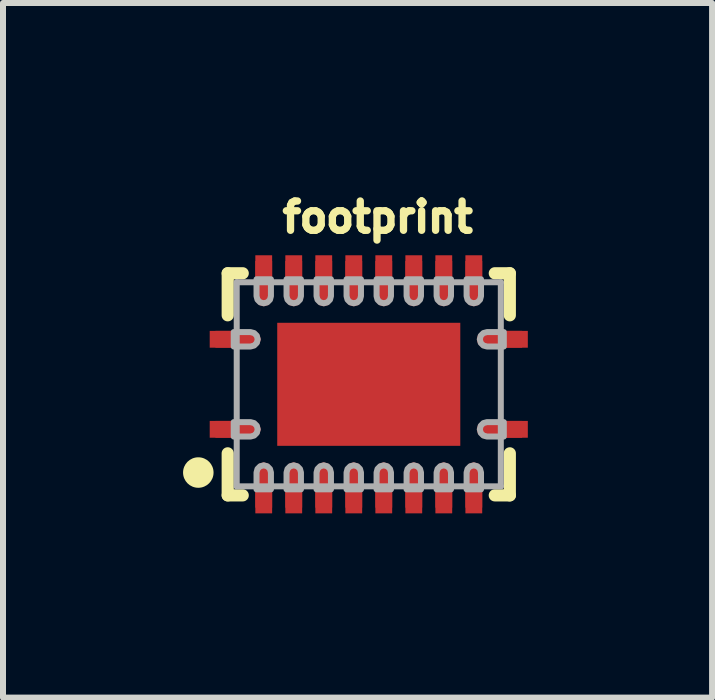
<source format=kicad_pcb>
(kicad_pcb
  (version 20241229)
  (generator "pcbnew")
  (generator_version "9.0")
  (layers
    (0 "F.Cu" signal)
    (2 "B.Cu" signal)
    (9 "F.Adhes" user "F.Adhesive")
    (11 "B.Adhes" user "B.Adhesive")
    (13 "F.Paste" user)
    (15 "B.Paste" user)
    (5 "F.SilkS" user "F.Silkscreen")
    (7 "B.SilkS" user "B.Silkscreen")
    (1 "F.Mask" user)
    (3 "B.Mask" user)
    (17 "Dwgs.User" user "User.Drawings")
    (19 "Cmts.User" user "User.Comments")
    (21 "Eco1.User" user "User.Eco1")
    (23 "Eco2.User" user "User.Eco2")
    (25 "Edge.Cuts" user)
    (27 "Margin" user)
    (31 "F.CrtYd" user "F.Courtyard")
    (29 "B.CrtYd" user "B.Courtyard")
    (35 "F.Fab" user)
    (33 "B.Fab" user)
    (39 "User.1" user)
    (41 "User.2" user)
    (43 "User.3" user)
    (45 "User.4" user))
  (footprint "footprint"
    (layer "F.Cu")
    (at 3.094 3.353)
    (property "Reference" "footprint" (at -1.5 -2.5 0) (layer "F.SilkS") (effects (font (size 0.488 0.488) (thickness 0.122)) (justify left bottom)))
    (fp_poly (pts (xy -1.87 -0.871) (xy -1.819 -0.82) (xy -1.8 -0.75) (xy -1.819 -0.68) (xy -1.87 -0.629) (xy -1.939 -0.61) (xy -2.555 -0.61) (xy -2.555 -0.89) (xy -1.939 -0.89)) (stroke (width 0) (type solid)) (fill yes) (layer "F.Cu"))
    (fp_poly (pts (xy -1.87 0.629) (xy -1.819 0.68) (xy -1.8 0.75) (xy -1.819 0.82) (xy -1.87 0.871) (xy -1.939 0.89) (xy -2.555 0.89) (xy -2.555 0.61) (xy -1.939 0.61)) (stroke (width 0) (type solid)) (fill yes) (layer "F.Cu"))
    (fp_poly (pts (xy -1.68 1.319) (xy -1.629 1.37) (xy -1.61 1.439) (xy -1.61 2.055) (xy -1.89 2.055) (xy -1.89 1.439) (xy -1.871 1.37) (xy -1.82 1.319) (xy -1.75 1.3)) (stroke (width 0) (type solid)) (fill yes) (layer "F.Cu"))
    (fp_poly (pts (xy -1.61 -1.439) (xy -1.629 -1.37) (xy -1.68 -1.319) (xy -1.75 -1.3) (xy -1.82 -1.319) (xy -1.871 -1.37) (xy -1.89 -1.439) (xy -1.89 -2.055) (xy -1.61 -2.055)) (stroke (width 0) (type solid)) (fill yes) (layer "F.Cu"))
    (fp_poly (pts (xy -1.18 1.319) (xy -1.129 1.37) (xy -1.11 1.439) (xy -1.11 2.055) (xy -1.39 2.055) (xy -1.39 1.439) (xy -1.371 1.37) (xy -1.32 1.319) (xy -1.25 1.3)) (stroke (width 0) (type solid)) (fill yes) (layer "F.Cu"))
    (fp_poly (pts (xy -1.11 -1.439) (xy -1.129 -1.37) (xy -1.18 -1.319) (xy -1.25 -1.3) (xy -1.32 -1.319) (xy -1.371 -1.37) (xy -1.39 -1.439) (xy -1.39 -2.055) (xy -1.11 -2.055)) (stroke (width 0) (type solid)) (fill yes) (layer "F.Cu"))
    (fp_poly (pts (xy -0.68 1.319) (xy -0.629 1.37) (xy -0.61 1.439) (xy -0.61 2.055) (xy -0.89 2.055) (xy -0.89 1.439) (xy -0.871 1.37) (xy -0.82 1.319) (xy -0.75 1.3)) (stroke (width 0) (type solid)) (fill yes) (layer "F.Cu"))
    (fp_poly (pts (xy -0.61 -1.439) (xy -0.629 -1.37) (xy -0.68 -1.319) (xy -0.75 -1.3) (xy -0.82 -1.319) (xy -0.871 -1.37) (xy -0.89 -1.439) (xy -0.89 -2.055) (xy -0.61 -2.055)) (stroke (width 0) (type solid)) (fill yes) (layer "F.Cu"))
    (fp_poly (pts (xy -0.18 1.319) (xy -0.129 1.37) (xy -0.11 1.439) (xy -0.11 2.055) (xy -0.39 2.055) (xy -0.39 1.439) (xy -0.371 1.37) (xy -0.32 1.319) (xy -0.25 1.3)) (stroke (width 0) (type solid)) (fill yes) (layer "F.Cu"))
    (fp_poly (pts (xy -0.11 -1.439) (xy -0.129 -1.37) (xy -0.18 -1.319) (xy -0.25 -1.3) (xy -0.32 -1.319) (xy -0.371 -1.37) (xy -0.39 -1.439) (xy -0.39 -2.055) (xy -0.11 -2.055)) (stroke (width 0) (type solid)) (fill yes) (layer "F.Cu"))
    (fp_poly (pts (xy 0.32 1.319) (xy 0.371 1.37) (xy 0.39 1.439) (xy 0.39 2.055) (xy 0.11 2.055) (xy 0.11 1.439) (xy 0.129 1.37) (xy 0.18 1.319) (xy 0.25 1.3)) (stroke (width 0) (type solid)) (fill yes) (layer "F.Cu"))
    (fp_poly (pts (xy 0.39 -1.439) (xy 0.371 -1.37) (xy 0.32 -1.319) (xy 0.25 -1.3) (xy 0.18 -1.319) (xy 0.129 -1.37) (xy 0.11 -1.439) (xy 0.11 -2.055) (xy 0.39 -2.055)) (stroke (width 0) (type solid)) (fill yes) (layer "F.Cu"))
    (fp_poly (pts (xy 0.82 1.319) (xy 0.871 1.37) (xy 0.89 1.439) (xy 0.89 2.055) (xy 0.61 2.055) (xy 0.61 1.439) (xy 0.629 1.37) (xy 0.68 1.319) (xy 0.75 1.3)) (stroke (width 0) (type solid)) (fill yes) (layer "F.Cu"))
    (fp_poly (pts (xy 0.89 -1.439) (xy 0.871 -1.37) (xy 0.82 -1.319) (xy 0.75 -1.3) (xy 0.68 -1.319) (xy 0.629 -1.37) (xy 0.61 -1.439) (xy 0.61 -2.055) (xy 0.89 -2.055)) (stroke (width 0) (type solid)) (fill yes) (layer "F.Cu"))
    (fp_poly (pts (xy 1.32 1.319) (xy 1.371 1.37) (xy 1.39 1.439) (xy 1.39 2.055) (xy 1.11 2.055) (xy 1.11 1.439) (xy 1.129 1.37) (xy 1.18 1.319) (xy 1.25 1.3)) (stroke (width 0) (type solid)) (fill yes) (layer "F.Cu"))
    (fp_poly (pts (xy 1.39 -1.439) (xy 1.371 -1.37) (xy 1.32 -1.319) (xy 1.25 -1.3) (xy 1.18 -1.319) (xy 1.129 -1.37) (xy 1.11 -1.439) (xy 1.11 -2.055) (xy 1.39 -2.055)) (stroke (width 0) (type solid)) (fill yes) (layer "F.Cu"))
    (fp_poly (pts (xy 1.82 1.319) (xy 1.871 1.37) (xy 1.89 1.439) (xy 1.89 2.055) (xy 1.61 2.055) (xy 1.61 1.439) (xy 1.629 1.37) (xy 1.68 1.319) (xy 1.75 1.3)) (stroke (width 0) (type solid)) (fill yes) (layer "F.Cu"))
    (fp_poly (pts (xy 1.89 -1.439) (xy 1.871 -1.37) (xy 1.82 -1.319) (xy 1.75 -1.3) (xy 1.68 -1.319) (xy 1.629 -1.37) (xy 1.61 -1.439) (xy 1.61 -2.055) (xy 1.89 -2.055)) (stroke (width 0) (type solid)) (fill yes) (layer "F.Cu"))
    (fp_poly (pts (xy 2.555 -0.61) (xy 1.939 -0.61) (xy 1.87 -0.629) (xy 1.819 -0.68) (xy 1.8 -0.75) (xy 1.819 -0.82) (xy 1.87 -0.871) (xy 1.939 -0.89) (xy 2.555 -0.89)) (stroke (width 0) (type solid)) (fill yes) (layer "F.Cu"))
    (fp_poly (pts (xy 2.555 0.89) (xy 1.939 0.89) (xy 1.87 0.871) (xy 1.819 0.82) (xy 1.8 0.75) (xy 1.819 0.68) (xy 1.87 0.629) (xy 1.939 0.61) (xy 2.555 0.61)) (stroke (width 0) (type solid)) (fill yes) (layer "F.Cu"))
    (fp_poly (pts (xy -1.86 -0.944) (xy -1.791 -0.898) (xy -1.73 -0.751) (xy -1.746 -0.67) (xy -1.792 -0.601) (xy -1.939 -0.54) (xy -2.72 -0.54) (xy -2.72 -0.96) (xy -1.94 -0.96)) (stroke (width 0) (type solid)) (fill yes) (layer "F.Mask"))
    (fp_poly (pts (xy -1.86 0.556) (xy -1.791 0.602) (xy -1.73 0.749) (xy -1.746 0.83) (xy -1.792 0.899) (xy -1.939 0.96) (xy -2.72 0.96) (xy -2.72 0.54) (xy -1.94 0.54)) (stroke (width 0) (type solid)) (fill yes) (layer "F.Mask"))
    (fp_poly (pts (xy -1.67 1.246) (xy -1.601 1.292) (xy -1.54 1.439) (xy -1.54 2.215) (xy -1.96 2.215) (xy -1.96 1.44) (xy -1.944 1.36) (xy -1.898 1.291) (xy -1.751 1.23)) (stroke (width 0) (type solid)) (fill yes) (layer "F.Mask"))
    (fp_poly (pts (xy -1.535 -1.439) (xy -1.552 -1.359) (xy -1.599 -1.29) (xy -1.749 -1.23) (xy -1.831 -1.245) (xy -1.901 -1.291) (xy -1.965 -1.439) (xy -1.965 -2.22) (xy -1.54 -2.22)) (stroke (width 0) (type solid)) (fill yes) (layer "F.Mask"))
    (fp_poly (pts (xy -1.17 1.246) (xy -1.101 1.292) (xy -1.04 1.439) (xy -1.04 2.22) (xy -1.46 2.22) (xy -1.46 1.44) (xy -1.444 1.36) (xy -1.398 1.291) (xy -1.251 1.23)) (stroke (width 0) (type solid)) (fill yes) (layer "F.Mask"))
    (fp_poly (pts (xy -1.04 -1.44) (xy -1.056 -1.36) (xy -1.102 -1.291) (xy -1.249 -1.23) (xy -1.331 -1.245) (xy -1.401 -1.291) (xy -1.465 -1.439) (xy -1.46 -2.22) (xy -1.04 -2.22)) (stroke (width 0) (type solid)) (fill yes) (layer "F.Mask"))
    (fp_poly (pts (xy -0.54 -1.44) (xy -0.556 -1.36) (xy -0.602 -1.291) (xy -0.749 -1.23) (xy -0.83 -1.246) (xy -0.899 -1.292) (xy -0.96 -1.439) (xy -0.96 -2.22) (xy -0.54 -2.22)) (stroke (width 0) (type solid)) (fill yes) (layer "F.Mask"))
    (fp_poly (pts (xy -0.17 1.246) (xy -0.101 1.292) (xy -0.04 1.439) (xy -0.04 2.22) (xy -0.46 2.22) (xy -0.46 1.44) (xy -0.444 1.36) (xy -0.398 1.291) (xy -0.251 1.23)) (stroke (width 0) (type solid)) (fill yes) (layer "F.Mask"))
    (fp_poly (pts (xy -0.04 -1.44) (xy -0.056 -1.36) (xy -0.102 -1.291) (xy -0.249 -1.23) (xy -0.33 -1.246) (xy -0.399 -1.292) (xy -0.46 -1.439) (xy -0.46 -2.22) (xy -0.04 -2.22)) (stroke (width 0) (type solid)) (fill yes) (layer "F.Mask"))
    (fp_poly (pts (xy 0.33 1.246) (xy 0.399 1.292) (xy 0.46 1.439) (xy 0.46 2.22) (xy 0.04 2.22) (xy 0.04 1.44) (xy 0.056 1.36) (xy 0.102 1.291) (xy 0.249 1.23)) (stroke (width 0) (type solid)) (fill yes) (layer "F.Mask"))
    (fp_poly (pts (xy 0.46 -1.44) (xy 0.444 -1.36) (xy 0.398 -1.291) (xy 0.251 -1.23) (xy 0.17 -1.246) (xy 0.101 -1.292) (xy 0.04 -1.439) (xy 0.04 -2.22) (xy 0.46 -2.22)) (stroke (width 0) (type solid)) (fill yes) (layer "F.Mask"))
    (fp_poly (pts (xy 0.83 1.246) (xy 0.899 1.292) (xy 0.96 1.439) (xy 0.96 2.22) (xy 0.54 2.22) (xy 0.54 1.44) (xy 0.556 1.36) (xy 0.602 1.291) (xy 0.749 1.23)) (stroke (width 0) (type solid)) (fill yes) (layer "F.Mask"))
    (fp_poly (pts (xy 0.96 -1.44) (xy 0.944 -1.36) (xy 0.898 -1.291) (xy 0.751 -1.23) (xy 0.67 -1.246) (xy 0.601 -1.292) (xy 0.54 -1.439) (xy 0.54 -2.22) (xy 0.96 -2.22)) (stroke (width 0) (type solid)) (fill yes) (layer "F.Mask"))
    (fp_poly (pts (xy 1.33 1.246) (xy 1.399 1.292) (xy 1.46 1.439) (xy 1.46 2.22) (xy 1.04 2.22) (xy 1.04 1.44) (xy 1.056 1.36) (xy 1.102 1.291) (xy 1.249 1.23)) (stroke (width 0) (type solid)) (fill yes) (layer "F.Mask"))
    (fp_poly (pts (xy 1.46 -1.44) (xy 1.444 -1.36) (xy 1.398 -1.291) (xy 1.251 -1.23) (xy 1.17 -1.246) (xy 1.101 -1.292) (xy 1.04 -1.439) (xy 1.04 -2.22) (xy 1.46 -2.22)) (stroke (width 0) (type solid)) (fill yes) (layer "F.Mask"))
    (fp_poly (pts (xy 1.83 1.246) (xy 1.899 1.292) (xy 1.96 1.439) (xy 1.96 2.22) (xy 1.54 2.22) (xy 1.54 1.44) (xy 1.556 1.36) (xy 1.602 1.291) (xy 1.749 1.23)) (stroke (width 0) (type solid)) (fill yes) (layer "F.Mask"))
    (fp_poly (pts (xy 1.96 -1.44) (xy 1.944 -1.36) (xy 1.898 -1.291) (xy 1.751 -1.23) (xy 1.67 -1.246) (xy 1.601 -1.292) (xy 1.54 -1.439) (xy 1.54 -2.22) (xy 1.96 -2.22)) (stroke (width 0) (type solid)) (fill yes) (layer "F.Mask"))
    (fp_poly (pts (xy 2.72 -0.54) (xy 1.94 -0.54) (xy 1.86 -0.556) (xy 1.791 -0.602) (xy 1.73 -0.749) (xy 1.746 -0.83) (xy 1.792 -0.899) (xy 1.939 -0.96) (xy 2.72 -0.96)) (stroke (width 0) (type solid)) (fill yes) (layer "F.Mask"))
    (fp_poly (pts (xy 2.72 0.96) (xy 1.94 0.96) (xy 1.86 0.944) (xy 1.791 0.898) (xy 1.73 0.751) (xy 1.746 0.67) (xy 1.792 0.601) (xy 1.939 0.54) (xy 2.72 0.54)) (stroke (width 0) (type solid)) (fill yes) (layer "F.Mask"))
    (fp_poly (pts (xy -0.67 1.245) (xy -0.603 1.289) (xy -0.557 1.356) (xy -0.54 1.434) (xy -0.54 2.22) (xy -0.96 2.22) (xy -0.96 1.44) (xy -0.944 1.36) (xy -0.898 1.291) (xy -0.751 1.23)) (stroke (width 0) (type solid)) (fill yes) (layer "F.Mask"))
    (fp_line (start -2.35 -1.85) (end -2.35 -1.15) (stroke (width 0.203) (type solid)) (layer "F.SilkS"))
    (fp_line (start -2.35 -1.85) (end -2.1 -1.85) (stroke (width 0.203) (type solid)) (layer "F.SilkS"))
    (fp_line (start -2.35 1.85) (end -2.35 1.15) (stroke (width 0.203) (type solid)) (layer "F.SilkS"))
    (fp_line (start -2.35 1.85) (end -2.1 1.85) (stroke (width 0.203) (type solid)) (layer "F.SilkS"))
    (fp_line (start 2.35 -1.85) (end 2.1 -1.85) (stroke (width 0.203) (type solid)) (layer "F.SilkS"))
    (fp_line (start 2.35 -1.85) (end 2.35 -1.15) (stroke (width 0.203) (type solid)) (layer "F.SilkS"))
    (fp_line (start 2.35 1.85) (end 2.1 1.85) (stroke (width 0.203) (type solid)) (layer "F.SilkS"))
    (fp_line (start 2.35 1.85) (end 2.35 1.15) (stroke (width 0.203) (type solid)) (layer "F.SilkS"))
    (fp_circle (center -2.84 1.47) (end -2.713 1.47) (stroke (width 0.254) (type solid)) (fill yes) (layer "F.SilkS"))
    (fp_poly (pts (xy -1.435 -0.1) (xy -0.105 -0.1) (xy -0.105 -1.02) (xy -1.435 -1.02)) (stroke (width 0) (type solid)) (fill yes) (layer "F.Paste"))
    (fp_poly (pts (xy -1.435 1.02) (xy -0.105 1.02) (xy -0.105 0.1) (xy -1.435 0.1)) (stroke (width 0) (type solid)) (fill yes) (layer "F.Paste"))
    (fp_poly (pts (xy 0.105 -0.1) (xy 1.435 -0.1) (xy 1.435 -1.02) (xy 0.105 -1.02)) (stroke (width 0) (type solid)) (fill yes) (layer "F.Paste"))
    (fp_poly (pts (xy 0.105 1.02) (xy 1.435 1.02) (xy 1.435 0.1) (xy 0.105 0.1)) (stroke (width 0) (type solid)) (fill yes) (layer "F.Paste"))
    (fp_poly (pts (xy -1.843 -0.75) (xy -1.948 -0.645) (xy -2.502 -0.645) (xy -2.607 -0.75) (xy -2.502 -0.855) (xy -1.948 -0.855)) (stroke (width 0) (type solid)) (fill yes) (layer "F.Paste"))
    (fp_poly (pts (xy -1.843 0.75) (xy -1.948 0.855) (xy -2.502 0.855) (xy -2.607 0.75) (xy -2.502 0.645) (xy -1.948 0.645)) (stroke (width 0) (type solid)) (fill yes) (layer "F.Paste"))
    (fp_poly (pts (xy -1.645 -2.002) (xy -1.645 -1.448) (xy -1.75 -1.343) (xy -1.855 -1.448) (xy -1.855 -2.002) (xy -1.75 -2.107)) (stroke (width 0) (type solid)) (fill yes) (layer "F.Paste"))
    (fp_poly (pts (xy -1.645 1.448) (xy -1.645 2.002) (xy -1.75 2.107) (xy -1.855 2.002) (xy -1.855 1.448) (xy -1.75 1.343)) (stroke (width 0) (type solid)) (fill yes) (layer "F.Paste"))
    (fp_poly (pts (xy -1.145 -2.002) (xy -1.145 -1.448) (xy -1.25 -1.343) (xy -1.355 -1.448) (xy -1.355 -2.002) (xy -1.25 -2.107)) (stroke (width 0) (type solid)) (fill yes) (layer "F.Paste"))
    (fp_poly (pts (xy -1.145 1.448) (xy -1.145 2.002) (xy -1.25 2.107) (xy -1.355 2.002) (xy -1.355 1.448) (xy -1.25 1.343)) (stroke (width 0) (type solid)) (fill yes) (layer "F.Paste"))
    (fp_poly (pts (xy -0.645 -2.002) (xy -0.645 -1.448) (xy -0.75 -1.343) (xy -0.855 -1.448) (xy -0.855 -2.002) (xy -0.75 -2.107)) (stroke (width 0) (type solid)) (fill yes) (layer "F.Paste"))
    (fp_poly (pts (xy -0.645 1.448) (xy -0.645 2.002) (xy -0.75 2.107) (xy -0.855 2.002) (xy -0.855 1.448) (xy -0.75 1.343)) (stroke (width 0) (type solid)) (fill yes) (layer "F.Paste"))
    (fp_poly (pts (xy -0.145 -2.002) (xy -0.145 -1.448) (xy -0.25 -1.343) (xy -0.355 -1.448) (xy -0.355 -2.002) (xy -0.25 -2.107)) (stroke (width 0) (type solid)) (fill yes) (layer "F.Paste"))
    (fp_poly (pts (xy -0.145 1.448) (xy -0.145 2.002) (xy -0.25 2.107) (xy -0.355 2.002) (xy -0.355 1.448) (xy -0.25 1.343)) (stroke (width 0) (type solid)) (fill yes) (layer "F.Paste"))
    (fp_poly (pts (xy 0.355 -2.002) (xy 0.355 -1.448) (xy 0.25 -1.343) (xy 0.145 -1.448) (xy 0.145 -2.002) (xy 0.25 -2.107)) (stroke (width 0) (type solid)) (fill yes) (layer "F.Paste"))
    (fp_poly (pts (xy 0.355 1.448) (xy 0.355 2.002) (xy 0.25 2.107) (xy 0.145 2.002) (xy 0.145 1.448) (xy 0.25 1.343)) (stroke (width 0) (type solid)) (fill yes) (layer "F.Paste"))
    (fp_poly (pts (xy 0.855 -2.002) (xy 0.855 -1.448) (xy 0.75 -1.343) (xy 0.645 -1.448) (xy 0.645 -2.002) (xy 0.75 -2.107)) (stroke (width 0) (type solid)) (fill yes) (layer "F.Paste"))
    (fp_poly (pts (xy 0.855 1.448) (xy 0.855 2.002) (xy 0.75 2.107) (xy 0.645 2.002) (xy 0.645 1.448) (xy 0.75 1.343)) (stroke (width 0) (type solid)) (fill yes) (layer "F.Paste"))
    (fp_poly (pts (xy 1.355 -2.002) (xy 1.355 -1.448) (xy 1.25 -1.343) (xy 1.145 -1.448) (xy 1.145 -2.002) (xy 1.25 -2.107)) (stroke (width 0) (type solid)) (fill yes) (layer "F.Paste"))
    (fp_poly (pts (xy 1.355 1.448) (xy 1.355 2.002) (xy 1.25 2.107) (xy 1.145 2.002) (xy 1.145 1.448) (xy 1.25 1.343)) (stroke (width 0) (type solid)) (fill yes) (layer "F.Paste"))
    (fp_poly (pts (xy 1.855 -2.002) (xy 1.855 -1.448) (xy 1.75 -1.343) (xy 1.645 -1.448) (xy 1.645 -2.002) (xy 1.75 -2.107)) (stroke (width 0) (type solid)) (fill yes) (layer "F.Paste"))
    (fp_poly (pts (xy 1.855 1.448) (xy 1.855 2.002) (xy 1.75 2.107) (xy 1.645 2.002) (xy 1.645 1.448) (xy 1.75 1.343)) (stroke (width 0) (type solid)) (fill yes) (layer "F.Paste"))
    (fp_poly (pts (xy 2.607 -0.75) (xy 2.502 -0.645) (xy 1.948 -0.645) (xy 1.843 -0.75) (xy 1.948 -0.855) (xy 2.502 -0.855)) (stroke (width 0) (type solid)) (fill yes) (layer "F.Paste"))
    (fp_poly (pts (xy 2.607 0.75) (xy 2.502 0.855) (xy 1.948 0.855) (xy 1.843 0.75) (xy 1.948 0.645) (xy 2.502 0.645)) (stroke (width 0) (type solid)) (fill yes) (layer "F.Paste"))
    (fp_line (start -2.2 -1.7) (end 2.2 -1.7) (stroke (width 0.1) (type solid)) (layer "F.Fab"))
    (fp_line (start -2.2 1.7) (end -2.2 -1.7) (stroke (width 0.1) (type solid)) (layer "F.Fab"))
    (fp_line (start 2.2 -1.7) (end 2.2 1.7) (stroke (width 0.1) (type solid)) (layer "F.Fab"))
    (fp_line (start 2.2 1.7) (end -2.2 1.7) (stroke (width 0.1) (type solid)) (layer "F.Fab"))
    (fp_poly (pts (xy -1.91 -0.854) (xy -1.866 -0.81) (xy -1.85 -0.75) (xy -1.866 -0.69) (xy -1.91 -0.646) (xy -1.969 -0.63) (xy -2.25 -0.63) (xy -2.25 -0.87) (xy -1.969 -0.87)) (stroke (width 0.1) (type solid)) (fill no) (layer "F.Fab"))
    (fp_poly (pts (xy -1.91 0.646) (xy -1.866 0.69) (xy -1.85 0.75) (xy -1.866 0.81) (xy -1.91 0.854) (xy -1.969 0.87) (xy -2.25 0.87) (xy -2.25 0.63) (xy -1.969 0.63)) (stroke (width 0.1) (type solid)) (fill no) (layer "F.Fab"))
    (fp_poly (pts (xy -1.69 1.366) (xy -1.646 1.41) (xy -1.63 1.469) (xy -1.63 1.75) (xy -1.87 1.75) (xy -1.87 1.469) (xy -1.854 1.41) (xy -1.81 1.366) (xy -1.75 1.35)) (stroke (width 0.1) (type solid)) (fill no) (layer "F.Fab"))
    (fp_poly (pts (xy -1.63 -1.469) (xy -1.646 -1.41) (xy -1.69 -1.366) (xy -1.75 -1.35) (xy -1.81 -1.366) (xy -1.854 -1.41) (xy -1.87 -1.469) (xy -1.87 -1.75) (xy -1.63 -1.75)) (stroke (width 0.1) (type solid)) (fill no) (layer "F.Fab"))
    (fp_poly (pts (xy -1.19 1.366) (xy -1.146 1.41) (xy -1.13 1.469) (xy -1.13 1.75) (xy -1.37 1.75) (xy -1.37 1.469) (xy -1.354 1.41) (xy -1.31 1.366) (xy -1.25 1.35)) (stroke (width 0.1) (type solid)) (fill no) (layer "F.Fab"))
    (fp_poly (pts (xy -1.13 -1.469) (xy -1.146 -1.41) (xy -1.19 -1.366) (xy -1.25 -1.35) (xy -1.31 -1.366) (xy -1.354 -1.41) (xy -1.37 -1.469) (xy -1.37 -1.75) (xy -1.13 -1.75)) (stroke (width 0.1) (type solid)) (fill no) (layer "F.Fab"))
    (fp_poly (pts (xy -0.69 1.366) (xy -0.646 1.41) (xy -0.63 1.469) (xy -0.63 1.75) (xy -0.87 1.75) (xy -0.87 1.469) (xy -0.854 1.41) (xy -0.81 1.366) (xy -0.75 1.35)) (stroke (width 0.1) (type solid)) (fill no) (layer "F.Fab"))
    (fp_poly (pts (xy -0.63 -1.469) (xy -0.646 -1.41) (xy -0.69 -1.366) (xy -0.75 -1.35) (xy -0.81 -1.366) (xy -0.854 -1.41) (xy -0.87 -1.469) (xy -0.87 -1.75) (xy -0.63 -1.75)) (stroke (width 0.1) (type solid)) (fill no) (layer "F.Fab"))
    (fp_poly (pts (xy -0.19 1.366) (xy -0.146 1.41) (xy -0.13 1.469) (xy -0.13 1.75) (xy -0.37 1.75) (xy -0.37 1.469) (xy -0.354 1.41) (xy -0.31 1.366) (xy -0.25 1.35)) (stroke (width 0.1) (type solid)) (fill no) (layer "F.Fab"))
    (fp_poly (pts (xy -0.13 -1.469) (xy -0.146 -1.41) (xy -0.19 -1.366) (xy -0.25 -1.35) (xy -0.31 -1.366) (xy -0.354 -1.41) (xy -0.37 -1.469) (xy -0.37 -1.75) (xy -0.13 -1.75)) (stroke (width 0.1) (type solid)) (fill no) (layer "F.Fab"))
    (fp_poly (pts (xy 0.31 1.366) (xy 0.354 1.41) (xy 0.37 1.469) (xy 0.37 1.75) (xy 0.13 1.75) (xy 0.13 1.469) (xy 0.146 1.41) (xy 0.19 1.366) (xy 0.25 1.35)) (stroke (width 0.1) (type solid)) (fill no) (layer "F.Fab"))
    (fp_poly (pts (xy 0.37 -1.469) (xy 0.354 -1.41) (xy 0.31 -1.366) (xy 0.25 -1.35) (xy 0.19 -1.366) (xy 0.146 -1.41) (xy 0.13 -1.469) (xy 0.13 -1.75) (xy 0.37 -1.75)) (stroke (width 0.1) (type solid)) (fill no) (layer "F.Fab"))
    (fp_poly (pts (xy 0.81 1.366) (xy 0.854 1.41) (xy 0.87 1.469) (xy 0.87 1.75) (xy 0.63 1.75) (xy 0.63 1.469) (xy 0.646 1.41) (xy 0.69 1.366) (xy 0.75 1.35)) (stroke (width 0.1) (type solid)) (fill no) (layer "F.Fab"))
    (fp_poly (pts (xy 0.87 -1.469) (xy 0.854 -1.41) (xy 0.81 -1.366) (xy 0.75 -1.35) (xy 0.69 -1.366) (xy 0.646 -1.41) (xy 0.63 -1.469) (xy 0.63 -1.75) (xy 0.87 -1.75)) (stroke (width 0.1) (type solid)) (fill no) (layer "F.Fab"))
    (fp_poly (pts (xy 1.31 1.366) (xy 1.354 1.41) (xy 1.37 1.469) (xy 1.37 1.75) (xy 1.13 1.75) (xy 1.13 1.469) (xy 1.146 1.41) (xy 1.19 1.366) (xy 1.25 1.35)) (stroke (width 0.1) (type solid)) (fill no) (layer "F.Fab"))
    (fp_poly (pts (xy 1.37 -1.469) (xy 1.354 -1.41) (xy 1.31 -1.366) (xy 1.25 -1.35) (xy 1.19 -1.366) (xy 1.146 -1.41) (xy 1.13 -1.469) (xy 1.13 -1.75) (xy 1.37 -1.75)) (stroke (width 0.1) (type solid)) (fill no) (layer "F.Fab"))
    (fp_poly (pts (xy 1.81 1.366) (xy 1.854 1.41) (xy 1.87 1.469) (xy 1.87 1.75) (xy 1.63 1.75) (xy 1.63 1.469) (xy 1.646 1.41) (xy 1.69 1.366) (xy 1.75 1.35)) (stroke (width 0.1) (type solid)) (fill no) (layer "F.Fab"))
    (fp_poly (pts (xy 1.87 -1.469) (xy 1.854 -1.41) (xy 1.81 -1.366) (xy 1.75 -1.35) (xy 1.69 -1.366) (xy 1.646 -1.41) (xy 1.63 -1.469) (xy 1.63 -1.75) (xy 1.87 -1.75)) (stroke (width 0.1) (type solid)) (fill no) (layer "F.Fab"))
    (fp_poly (pts (xy 2.25 -0.63) (xy 1.969 -0.63) (xy 1.91 -0.646) (xy 1.866 -0.69) (xy 1.85 -0.75) (xy 1.866 -0.81) (xy 1.91 -0.854) (xy 1.969 -0.87) (xy 2.25 -0.87)) (stroke (width 0.1) (type solid)) (fill no) (layer "F.Fab"))
    (fp_poly (pts (xy 2.25 0.87) (xy 1.969 0.87) (xy 1.91 0.854) (xy 1.866 0.81) (xy 1.85 0.75) (xy 1.866 0.69) (xy 1.91 0.646) (xy 1.969 0.63) (xy 2.25 0.63)) (stroke (width 0.1) (type solid)) (fill no) (layer "F.Fab"))
    (pad "1" smd rect (at -2.3 0.75) (size 0.7 0.28) (layers "F.Cu"))
    (pad "2" smd rect (at -1.75 1.8 90) (size 0.7 0.28) (layers "F.Cu"))
    (pad "3" smd rect (at -1.25 1.8 90) (size 0.7 0.28) (layers "F.Cu"))
    (pad "4" smd rect (at -0.75 1.8 90) (size 0.7 0.28) (layers "F.Cu"))
    (pad "5" smd rect (at -0.25 1.8 90) (size 0.7 0.28) (layers "F.Cu"))
    (pad "6" smd rect (at 0.25 1.8 90) (size 0.7 0.28) (layers "F.Cu"))
    (pad "7" smd rect (at 0.75 1.8 90) (size 0.7 0.28) (layers "F.Cu"))
    (pad "8" smd rect (at 1.25 1.8 90) (size 0.7 0.28) (layers "F.Cu"))
    (pad "9" smd rect (at 1.75 1.8 90) (size 0.7 0.28) (layers "F.Cu"))
    (pad "10" smd rect (at 2.3 0.75 180) (size 0.7 0.28) (layers "F.Cu"))
    (pad "11" smd rect (at 2.3 -0.75 180) (size 0.7 0.28) (layers "F.Cu"))
    (pad "12" smd rect (at 1.75 -1.8 270) (size 0.7 0.28) (layers "F.Cu"))
    (pad "13" smd rect (at 1.25 -1.8 270) (size 0.7 0.28) (layers "F.Cu"))
    (pad "14" smd rect (at 0.75 -1.8 270) (size 0.7 0.28) (layers "F.Cu"))
    (pad "15" smd rect (at 0.25 -1.8 270) (size 0.7 0.28) (layers "F.Cu"))
    (pad "16" smd rect (at -0.25 -1.8 270) (size 0.7 0.28) (layers "F.Cu"))
    (pad "17" smd rect (at -0.75 -1.8 270) (size 0.7 0.28) (layers "F.Cu"))
    (pad "18" smd rect (at -1.25 -1.8 270) (size 0.7 0.28) (layers "F.Cu"))
    (pad "19" smd rect (at -1.75 -1.8 270) (size 0.7 0.28) (layers "F.Cu"))
    (pad "20" smd rect (at -2.3 -0.75) (size 0.7 0.28) (layers "F.Cu"))
    (pad "EPAD" smd rect (at 0 0) (size 3.05 2.05) (layers "F.Cu" "F.Mask")))
  (gr_rect
    (start -3 -3)
    (end 8.814 8.573)
    (stroke (width 0.1) (type default))
    (fill no)
    (layer "Edge.Cuts")))
</source>
